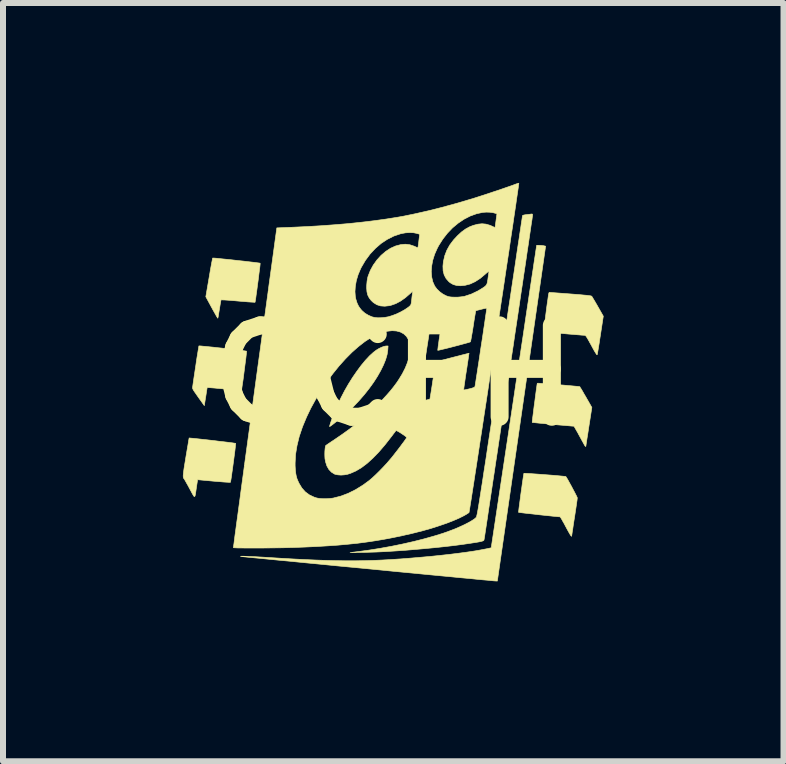
<source format=kicad_pcb>
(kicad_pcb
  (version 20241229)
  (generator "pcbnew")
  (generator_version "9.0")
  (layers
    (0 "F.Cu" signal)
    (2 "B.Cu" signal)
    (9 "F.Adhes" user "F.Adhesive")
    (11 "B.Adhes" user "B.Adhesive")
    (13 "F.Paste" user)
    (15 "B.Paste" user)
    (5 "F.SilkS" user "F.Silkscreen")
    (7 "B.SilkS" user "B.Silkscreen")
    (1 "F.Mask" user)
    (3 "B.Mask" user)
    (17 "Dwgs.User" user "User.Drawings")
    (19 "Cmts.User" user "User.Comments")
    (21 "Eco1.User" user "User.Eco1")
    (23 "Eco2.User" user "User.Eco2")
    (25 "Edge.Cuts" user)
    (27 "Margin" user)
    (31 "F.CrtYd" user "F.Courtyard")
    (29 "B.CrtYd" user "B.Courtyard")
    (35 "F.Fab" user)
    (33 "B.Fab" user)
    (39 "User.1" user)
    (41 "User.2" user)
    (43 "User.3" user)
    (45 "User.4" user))
  (footprint "CCEH"
    (layer "F.Cu")
    (at 3.503 3.21)
    (property "Reference" "CCEH" (at 0 0 0) (layer "F.SilkS") (effects (font (size 1.524 1.524) (thickness 0.3))))
    (attr through_hole)
    (fp_poly (pts (xy -0.087 -0.421) (xy -0.098 -0.348) (xy -0.122 -0.265) (xy -0.158 -0.176) (xy -0.204 -0.082) (xy -0.26 0.017) (xy -0.325 0.118) (xy -0.398 0.219) (xy -0.478 0.32) (xy -0.564 0.419) (xy -0.654 0.514) (xy -0.692 0.551) (xy -0.725 0.582) (xy -0.764 0.616) (xy -0.806 0.653) (xy -0.851 0.691) (xy -0.895 0.728) (xy -0.937 0.763) (xy -0.976 0.795) (xy -1.009 0.821) (xy -1.035 0.84) (xy -1.052 0.851) (xy -1.058 0.853) (xy -1.058 0.853) (xy -1.055 0.838) (xy -1.047 0.811) (xy -1.035 0.774) (xy -1.02 0.73) (xy -1.002 0.683) (xy -0.984 0.634) (xy -0.976 0.614) (xy -0.926 0.495) (xy -0.869 0.376) (xy -0.808 0.258) (xy -0.742 0.143) (xy -0.673 0.033) (xy -0.602 -0.07) (xy -0.531 -0.166) (xy -0.46 -0.252) (xy -0.391 -0.326) (xy -0.324 -0.387) (xy -0.275 -0.424) (xy -0.233 -0.449) (xy -0.189 -0.47) (xy -0.148 -0.485) (xy -0.114 -0.491) (xy -0.111 -0.491) (xy -0.082 -0.491) (xy -0.087 -0.421)) (stroke (width 0.01) (type solid)) (fill yes) (layer "F.SilkS"))
    (fp_poly (pts (xy 2.953 -1.359) (xy 3.044 -1.352) (xy 3.12 -1.346) (xy 3.181 -1.34) (xy 3.229 -1.336) (xy 3.265 -1.331) (xy 3.29 -1.328) (xy 3.306 -1.324) (xy 3.313 -1.321) (xy 3.314 -1.32) (xy 3.321 -1.31) (xy 3.335 -1.286) (xy 3.355 -1.253) (xy 3.379 -1.212) (xy 3.406 -1.166) (xy 3.416 -1.148) (xy 3.507 -0.988) (xy 3.459 -0.674) (xy 3.448 -0.603) (xy 3.438 -0.536) (xy 3.428 -0.476) (xy 3.42 -0.426) (xy 3.413 -0.386) (xy 3.408 -0.358) (xy 3.405 -0.345) (xy 3.405 -0.345) (xy 3.401 -0.344) (xy 3.392 -0.354) (xy 3.378 -0.376) (xy 3.357 -0.41) (xy 3.331 -0.457) (xy 3.308 -0.5) (xy 3.278 -0.554) (xy 3.255 -0.596) (xy 3.237 -0.626) (xy 3.224 -0.647) (xy 3.214 -0.659) (xy 3.205 -0.666) (xy 3.197 -0.669) (xy 3.193 -0.669) (xy 3.174 -0.67) (xy 3.142 -0.672) (xy 3.099 -0.676) (xy 3.046 -0.68) (xy 2.988 -0.685) (xy 2.924 -0.69) (xy 2.859 -0.696) (xy 2.793 -0.702) (xy 2.73 -0.708) (xy 2.671 -0.714) (xy 2.618 -0.719) (xy 2.575 -0.724) (xy 2.542 -0.728) (xy 2.522 -0.73) (xy 2.517 -0.731) (xy 2.517 -0.74) (xy 2.519 -0.764) (xy 2.523 -0.8) (xy 2.528 -0.846) (xy 2.534 -0.9) (xy 2.541 -0.959) (xy 2.549 -1.022) (xy 2.557 -1.085) (xy 2.565 -1.148) (xy 2.573 -1.206) (xy 2.581 -1.259) (xy 2.587 -1.304) (xy 2.592 -1.339) (xy 2.596 -1.362) (xy 2.598 -1.368) (xy 2.604 -1.385) (xy 2.953 -1.359)) (stroke (width 0.01) (type solid)) (fill yes) (layer "F.SilkS"))
    (fp_poly (pts (xy -2.974 -1.956) (xy -2.937 -1.953) (xy -2.89 -1.948) (xy -2.834 -1.942) (xy -2.771 -1.936) (xy -2.703 -1.929) (xy -2.633 -1.921) (xy -2.562 -1.913) (xy -2.493 -1.906) (xy -2.427 -1.898) (xy -2.366 -1.891) (xy -2.313 -1.885) (xy -2.269 -1.879) (xy -2.237 -1.875) (xy -2.219 -1.872) (xy -2.215 -1.87) (xy -2.215 -1.862) (xy -2.217 -1.838) (xy -2.221 -1.802) (xy -2.227 -1.756) (xy -2.234 -1.703) (xy -2.241 -1.643) (xy -2.249 -1.58) (xy -2.258 -1.516) (xy -2.266 -1.453) (xy -2.274 -1.393) (xy -2.282 -1.339) (xy -2.288 -1.292) (xy -2.294 -1.255) (xy -2.298 -1.23) (xy -2.3 -1.22) (xy -2.3 -1.22) (xy -2.309 -1.219) (xy -2.333 -1.221) (xy -2.37 -1.223) (xy -2.417 -1.226) (xy -2.474 -1.231) (xy -2.537 -1.236) (xy -2.583 -1.24) (xy -2.65 -1.246) (xy -2.711 -1.251) (xy -2.765 -1.255) (xy -2.81 -1.258) (xy -2.843 -1.259) (xy -2.862 -1.26) (xy -2.867 -1.259) (xy -2.869 -1.25) (xy -2.874 -1.227) (xy -2.88 -1.192) (xy -2.887 -1.149) (xy -2.894 -1.106) (xy -2.902 -1.058) (xy -2.909 -1.016) (xy -2.914 -0.983) (xy -2.919 -0.961) (xy -2.921 -0.954) (xy -2.926 -0.96) (xy -2.938 -0.979) (xy -2.955 -1.009) (xy -2.977 -1.048) (xy -3.003 -1.094) (xy -3.023 -1.131) (xy -3.121 -1.312) (xy -3.066 -1.632) (xy -3.054 -1.703) (xy -3.043 -1.77) (xy -3.032 -1.829) (xy -3.023 -1.879) (xy -3.015 -1.918) (xy -3.01 -1.945) (xy -3.007 -1.957) (xy -3.007 -1.957) (xy -2.998 -1.957) (xy -2.974 -1.956)) (stroke (width 0.01) (type solid)) (fill yes) (layer "F.SilkS"))
    (fp_poly (pts (xy -3.202 -0.491) (xy -3.166 -0.487) (xy -3.118 -0.483) (xy -3.062 -0.477) (xy -2.999 -0.471) (xy -2.931 -0.463) (xy -2.861 -0.456) (xy -2.79 -0.448) (xy -2.721 -0.44) (xy -2.654 -0.432) (xy -2.594 -0.425) (xy -2.541 -0.419) (xy -2.497 -0.413) (xy -2.464 -0.408) (xy -2.446 -0.405) (xy -2.442 -0.404) (xy -2.442 -0.395) (xy -2.444 -0.372) (xy -2.448 -0.336) (xy -2.453 -0.29) (xy -2.46 -0.236) (xy -2.468 -0.176) (xy -2.476 -0.114) (xy -2.484 -0.05) (xy -2.492 0.013) (xy -2.5 0.073) (xy -2.508 0.127) (xy -2.515 0.174) (xy -2.52 0.21) (xy -2.524 0.235) (xy -2.527 0.244) (xy -2.536 0.245) (xy -2.559 0.245) (xy -2.595 0.243) (xy -2.641 0.24) (xy -2.694 0.236) (xy -2.741 0.232) (xy -2.803 0.226) (xy -2.865 0.221) (xy -2.922 0.216) (xy -2.971 0.211) (xy -3.009 0.208) (xy -3.024 0.207) (xy -3.098 0.201) (xy -3.103 0.23) (xy -3.106 0.248) (xy -3.111 0.28) (xy -3.117 0.32) (xy -3.124 0.365) (xy -3.127 0.381) (xy -3.146 0.504) (xy -3.246 0.364) (xy -3.279 0.317) (xy -3.304 0.281) (xy -3.322 0.255) (xy -3.333 0.235) (xy -3.34 0.221) (xy -3.342 0.208) (xy -3.342 0.197) (xy -3.34 0.186) (xy -3.331 0.122) (xy -3.321 0.053) (xy -3.31 -0.02) (xy -3.299 -0.093) (xy -3.288 -0.166) (xy -3.278 -0.236) (xy -3.268 -0.301) (xy -3.258 -0.36) (xy -3.25 -0.411) (xy -3.243 -0.45) (xy -3.239 -0.478) (xy -3.236 -0.491) (xy -3.235 -0.492) (xy -3.226 -0.492) (xy -3.202 -0.491)) (stroke (width 0.01) (type solid)) (fill yes) (layer "F.SilkS"))
    (fp_poly (pts (xy -3.391 1.044) (xy -3.367 1.046) (xy -3.331 1.049) (xy -3.284 1.054) (xy -3.229 1.06) (xy -3.167 1.067) (xy -3.1 1.074) (xy -3.031 1.082) (xy -2.961 1.09) (xy -2.892 1.099) (xy -2.827 1.106) (xy -2.768 1.113) (xy -2.716 1.12) (xy -2.674 1.125) (xy -2.643 1.13) (xy -2.626 1.132) (xy -2.624 1.133) (xy -2.624 1.142) (xy -2.626 1.166) (xy -2.63 1.202) (xy -2.635 1.248) (xy -2.642 1.302) (xy -2.65 1.362) (xy -2.658 1.425) (xy -2.667 1.489) (xy -2.675 1.552) (xy -2.684 1.612) (xy -2.691 1.666) (xy -2.698 1.712) (xy -2.704 1.749) (xy -2.709 1.773) (xy -2.711 1.783) (xy -2.711 1.783) (xy -2.721 1.783) (xy -2.745 1.782) (xy -2.782 1.78) (xy -2.829 1.777) (xy -2.886 1.772) (xy -2.949 1.767) (xy -2.987 1.764) (xy -3.258 1.739) (xy -3.277 1.862) (xy -3.286 1.926) (xy -3.293 1.973) (xy -3.299 2.004) (xy -3.306 2.019) (xy -3.315 2.02) (xy -3.327 2.005) (xy -3.344 1.976) (xy -3.367 1.933) (xy -3.39 1.89) (xy -3.415 1.843) (xy -3.439 1.801) (xy -3.459 1.765) (xy -3.473 1.74) (xy -3.482 1.726) (xy -3.483 1.725) (xy -3.49 1.717) (xy -3.494 1.707) (xy -3.497 1.693) (xy -3.498 1.673) (xy -3.496 1.646) (xy -3.492 1.61) (xy -3.486 1.564) (xy -3.477 1.506) (xy -3.465 1.434) (xy -3.453 1.359) (xy -3.441 1.288) (xy -3.43 1.223) (xy -3.42 1.165) (xy -3.412 1.117) (xy -3.406 1.079) (xy -3.401 1.054) (xy -3.399 1.044) (xy -3.399 1.043) (xy -3.391 1.044)) (stroke (width 0.01) (type solid)) (fill yes) (layer "F.SilkS"))
    (fp_poly (pts (xy 2.44 0.131) (xy 2.476 0.134) (xy 2.522 0.137) (xy 2.577 0.141) (xy 2.638 0.145) (xy 2.703 0.15) (xy 2.77 0.156) (xy 2.837 0.161) (xy 2.901 0.167) (xy 2.96 0.172) (xy 3.013 0.177) (xy 3.057 0.181) (xy 3.09 0.184) (xy 3.11 0.187) (xy 3.116 0.188) (xy 3.121 0.2) (xy 3.125 0.206) (xy 3.132 0.216) (xy 3.146 0.238) (xy 3.165 0.271) (xy 3.188 0.312) (xy 3.215 0.357) (xy 3.225 0.375) (xy 3.316 0.534) (xy 3.267 0.849) (xy 3.256 0.921) (xy 3.246 0.987) (xy 3.236 1.047) (xy 3.228 1.099) (xy 3.222 1.139) (xy 3.218 1.167) (xy 3.216 1.181) (xy 3.216 1.181) (xy 3.212 1.186) (xy 3.203 1.177) (xy 3.189 1.155) (xy 3.183 1.143) (xy 3.168 1.116) (xy 3.147 1.078) (xy 3.123 1.034) (xy 3.097 0.987) (xy 3.087 0.967) (xy 3.064 0.927) (xy 3.044 0.892) (xy 3.029 0.866) (xy 3.019 0.85) (xy 3.016 0.847) (xy 3.001 0.846) (xy 2.972 0.844) (xy 2.932 0.84) (xy 2.882 0.836) (xy 2.825 0.831) (xy 2.763 0.826) (xy 2.697 0.82) (xy 2.631 0.814) (xy 2.566 0.808) (xy 2.504 0.802) (xy 2.448 0.797) (xy 2.399 0.792) (xy 2.361 0.788) (xy 2.334 0.785) (xy 2.322 0.784) (xy 2.322 0.784) (xy 2.322 0.775) (xy 2.324 0.751) (xy 2.328 0.716) (xy 2.334 0.67) (xy 2.341 0.616) (xy 2.348 0.557) (xy 2.356 0.494) (xy 2.365 0.43) (xy 2.373 0.366) (xy 2.381 0.306) (xy 2.388 0.252) (xy 2.395 0.205) (xy 2.4 0.167) (xy 2.404 0.142) (xy 2.407 0.131) (xy 2.407 0.131) (xy 2.416 0.13) (xy 2.44 0.131)) (stroke (width 0.01) (type solid)) (fill yes) (layer "F.SilkS"))
    (fp_poly (pts (xy 2.216 1.633) (xy 2.252 1.635) (xy 2.299 1.638) (xy 2.354 1.642) (xy 2.415 1.646) (xy 2.48 1.651) (xy 2.546 1.656) (xy 2.612 1.661) (xy 2.676 1.666) (xy 2.735 1.671) (xy 2.786 1.676) (xy 2.829 1.68) (xy 2.861 1.683) (xy 2.879 1.685) (xy 2.882 1.686) (xy 2.893 1.703) (xy 2.91 1.73) (xy 2.93 1.766) (xy 2.953 1.808) (xy 2.978 1.853) (xy 3.002 1.899) (xy 3.025 1.942) (xy 3.045 1.981) (xy 3.061 2.012) (xy 3.071 2.034) (xy 3.073 2.042) (xy 3.072 2.055) (xy 3.069 2.083) (xy 3.063 2.123) (xy 3.056 2.174) (xy 3.047 2.233) (xy 3.037 2.3) (xy 3.027 2.365) (xy 3.016 2.434) (xy 3.006 2.499) (xy 2.998 2.556) (xy 2.99 2.604) (xy 2.985 2.641) (xy 2.981 2.666) (xy 2.98 2.675) (xy 2.979 2.682) (xy 2.974 2.681) (xy 2.965 2.671) (xy 2.951 2.649) (xy 2.932 2.616) (xy 2.906 2.569) (xy 2.879 2.519) (xy 2.854 2.471) (xy 2.83 2.43) (xy 2.811 2.395) (xy 2.796 2.371) (xy 2.787 2.359) (xy 2.786 2.358) (xy 2.777 2.358) (xy 2.753 2.356) (xy 2.717 2.352) (xy 2.67 2.348) (xy 2.615 2.342) (xy 2.555 2.336) (xy 2.49 2.329) (xy 2.424 2.322) (xy 2.358 2.314) (xy 2.295 2.307) (xy 2.237 2.301) (xy 2.186 2.295) (xy 2.144 2.29) (xy 2.114 2.286) (xy 2.097 2.284) (xy 2.094 2.283) (xy 2.094 2.274) (xy 2.097 2.251) (xy 2.101 2.215) (xy 2.107 2.169) (xy 2.114 2.116) (xy 2.122 2.056) (xy 2.13 1.993) (xy 2.139 1.929) (xy 2.148 1.866) (xy 2.156 1.806) (xy 2.164 1.752) (xy 2.171 1.705) (xy 2.177 1.668) (xy 2.181 1.643) (xy 2.183 1.633) (xy 2.183 1.632) (xy 2.192 1.632) (xy 2.216 1.633)) (stroke (width 0.01) (type solid)) (fill yes) (layer "F.SilkS"))
    (fp_poly (pts (xy 2.45 -2.169) (xy 2.48 -2.167) (xy 2.506 -2.164) (xy 2.523 -2.16) (xy 2.545 -2.155) (xy 2.143 0.637) (xy 1.74 3.429) (xy 1.71 3.428) (xy 1.699 3.427) (xy 1.672 3.425) (xy 1.63 3.421) (xy 1.573 3.415) (xy 1.501 3.409) (xy 1.417 3.401) (xy 1.32 3.391) (xy 1.212 3.381) (xy 1.092 3.37) (xy 0.962 3.357) (xy 0.823 3.344) (xy 0.675 3.33) (xy 0.518 3.315) (xy 0.355 3.299) (xy 0.184 3.283) (xy 0.008 3.266) (xy -0.173 3.248) (xy -0.359 3.23) (xy -0.411 3.225) (xy -0.598 3.207) (xy -0.78 3.19) (xy -0.958 3.173) (xy -1.13 3.156) (xy -1.295 3.14) (xy -1.453 3.125) (xy -1.604 3.11) (xy -1.745 3.096) (xy -1.877 3.084) (xy -2 3.072) (xy -2.111 3.061) (xy -2.211 3.051) (xy -2.298 3.043) (xy -2.373 3.036) (xy -2.433 3.03) (xy -2.48 3.025) (xy -2.511 3.022) (xy -2.526 3.02) (xy -2.527 3.02) (xy -2.542 3.018) (xy -2.542 3.016) (xy -2.527 3.015) (xy -2.5 3.015) (xy -2.462 3.016) (xy -2.415 3.018) (xy -2.359 3.02) (xy -2.297 3.023) (xy -2.23 3.027) (xy -2.159 3.031) (xy -2.095 3.035) (xy -1.87 3.049) (xy -1.66 3.061) (xy -1.464 3.071) (xy -1.28 3.079) (xy -1.106 3.085) (xy -0.941 3.089) (xy -0.783 3.091) (xy -0.63 3.091) (xy -0.481 3.089) (xy -0.335 3.085) (xy -0.19 3.079) (xy -0.043 3.071) (xy 0.106 3.061) (xy 0.114 3.061) (xy 0.292 3.047) (xy 0.466 3.032) (xy 0.634 3.017) (xy 0.797 3) (xy 0.951 2.983) (xy 1.096 2.965) (xy 1.231 2.947) (xy 1.353 2.929) (xy 1.462 2.91) (xy 1.556 2.892) (xy 1.592 2.885) (xy 1.638 2.874) (xy 2.017 0.355) (xy 2.047 0.151) (xy 2.077 -0.049) (xy 2.107 -0.244) (xy 2.135 -0.433) (xy 2.163 -0.616) (xy 2.189 -0.792) (xy 2.214 -0.961) (xy 2.238 -1.121) (xy 2.261 -1.273) (xy 2.282 -1.415) (xy 2.302 -1.546) (xy 2.32 -1.667) (xy 2.337 -1.777) (xy 2.351 -1.874) (xy 2.364 -1.959) (xy 2.375 -2.03) (xy 2.383 -2.087) (xy 2.39 -2.13) (xy 2.394 -2.157) (xy 2.395 -2.168) (xy 2.395 -2.168) (xy 2.403 -2.17) (xy 2.423 -2.17) (xy 2.45 -2.169)) (stroke (width 0.01) (type solid)) (fill yes) (layer "F.SilkS"))
    (fp_poly (pts (xy 2.325 -2.689) (xy 2.328 -2.68) (xy 2.328 -2.676) (xy 2.327 -2.666) (xy 2.323 -2.641) (xy 2.318 -2.6) (xy 2.309 -2.545) (xy 2.299 -2.476) (xy 2.287 -2.394) (xy 2.273 -2.3) (xy 2.258 -2.195) (xy 2.24 -2.079) (xy 2.222 -1.953) (xy 2.202 -1.818) (xy 2.18 -1.675) (xy 2.158 -1.524) (xy 2.134 -1.367) (xy 2.11 -1.203) (xy 2.085 -1.034) (xy 2.059 -0.861) (xy 2.032 -0.683) (xy 2.006 -0.503) (xy 1.978 -0.321) (xy 1.951 -0.137) (xy 1.923 0.048) (xy 1.896 0.232) (xy 1.868 0.416) (xy 1.841 0.598) (xy 1.814 0.778) (xy 1.788 0.954) (xy 1.762 1.127) (xy 1.737 1.295) (xy 1.712 1.458) (xy 1.689 1.614) (xy 1.666 1.763) (xy 1.645 1.905) (xy 1.625 2.038) (xy 1.606 2.162) (xy 1.589 2.276) (xy 1.574 2.38) (xy 1.56 2.471) (xy 1.548 2.551) (xy 1.538 2.617) (xy 1.53 2.67) (xy 1.524 2.707) (xy 1.52 2.73) (xy 1.519 2.736) (xy 1.517 2.745) (xy 1.512 2.752) (xy 1.502 2.758) (xy 1.486 2.764) (xy 1.463 2.77) (xy 1.428 2.777) (xy 1.382 2.785) (xy 1.322 2.794) (xy 1.291 2.799) (xy 1.16 2.818) (xy 1.015 2.837) (xy 0.86 2.855) (xy 0.698 2.872) (xy 0.53 2.888) (xy 0.361 2.903) (xy 0.193 2.917) (xy 0.029 2.928) (xy -0.129 2.938) (xy -0.277 2.945) (xy -0.412 2.949) (xy -0.474 2.951) (xy -0.715 2.954) (xy -0.584 2.938) (xy -0.399 2.913) (xy -0.211 2.883) (xy -0.023 2.849) (xy 0.162 2.811) (xy 0.343 2.77) (xy 0.517 2.726) (xy 0.681 2.68) (xy 0.833 2.633) (xy 0.953 2.59) (xy 1.037 2.558) (xy 1.117 2.523) (xy 1.191 2.489) (xy 1.257 2.455) (xy 1.313 2.423) (xy 1.357 2.394) (xy 1.387 2.368) (xy 1.387 2.368) (xy 1.389 2.365) (xy 1.391 2.361) (xy 1.394 2.354) (xy 1.396 2.344) (xy 1.399 2.331) (xy 1.403 2.314) (xy 1.407 2.293) (xy 1.412 2.266) (xy 1.418 2.234) (xy 1.425 2.195) (xy 1.432 2.15) (xy 1.441 2.098) (xy 1.45 2.037) (xy 1.461 1.968) (xy 1.473 1.89) (xy 1.487 1.803) (xy 1.502 1.705) (xy 1.518 1.597) (xy 1.537 1.477) (xy 1.557 1.346) (xy 1.578 1.202) (xy 1.602 1.045) (xy 1.628 0.875) (xy 1.656 0.691) (xy 1.686 0.492) (xy 1.718 0.278) (xy 1.752 0.048) (xy 1.783 -0.153) (xy 1.813 -0.356) (xy 1.843 -0.555) (xy 1.873 -0.75) (xy 1.901 -0.939) (xy 1.928 -1.121) (xy 1.955 -1.297) (xy 1.98 -1.465) (xy 2.004 -1.624) (xy 2.027 -1.775) (xy 2.048 -1.917) (xy 2.067 -2.048) (xy 2.085 -2.168) (xy 2.102 -2.277) (xy 2.116 -2.374) (xy 2.129 -2.458) (xy 2.139 -2.528) (xy 2.148 -2.585) (xy 2.154 -2.626) (xy 2.158 -2.653) (xy 2.159 -2.663) (xy 2.159 -2.663) (xy 2.167 -2.67) (xy 2.19 -2.676) (xy 2.208 -2.679) (xy 2.243 -2.683) (xy 2.277 -2.687) (xy 2.292 -2.689) (xy 2.315 -2.692) (xy 2.325 -2.689)) (stroke (width 0.01) (type solid)) (fill yes) (layer "F.SilkS"))
    (fp_poly (pts (xy 2.098 -3.205) (xy 2.098 -3.196) (xy 2.094 -3.171) (xy 2.089 -3.131) (xy 2.081 -3.077) (xy 2.071 -3.009) (xy 2.059 -2.928) (xy 2.046 -2.834) (xy 2.03 -2.729) (xy 2.013 -2.614) (xy 1.995 -2.489) (xy 1.974 -2.354) (xy 1.953 -2.211) (xy 1.931 -2.06) (xy 1.907 -1.903) (xy 1.882 -1.739) (xy 1.857 -1.57) (xy 1.831 -1.396) (xy 1.804 -1.219) (xy 1.777 -1.038) (xy 1.749 -0.855) (xy 1.721 -0.67) (xy 1.693 -0.484) (xy 1.665 -0.298) (xy 1.637 -0.113) (xy 1.609 0.07) (xy 1.582 0.252) (xy 1.555 0.43) (xy 1.528 0.605) (xy 1.502 0.776) (xy 1.477 0.941) (xy 1.452 1.101) (xy 1.429 1.253) (xy 1.407 1.398) (xy 1.386 1.535) (xy 1.366 1.663) (xy 1.348 1.782) (xy 1.331 1.89) (xy 1.316 1.986) (xy 1.303 2.071) (xy 1.291 2.143) (xy 1.282 2.201) (xy 1.275 2.245) (xy 1.27 2.274) (xy 1.267 2.288) (xy 1.267 2.288) (xy 1.196 2.332) (xy 1.11 2.376) (xy 1.009 2.42) (xy 0.896 2.464) (xy 0.771 2.507) (xy 0.637 2.55) (xy 0.495 2.59) (xy 0.345 2.628) (xy 0.309 2.637) (xy 0.153 2.672) (xy 0.002 2.704) (xy -0.146 2.732) (xy -0.294 2.757) (xy -0.442 2.779) (xy -0.594 2.799) (xy -0.751 2.815) (xy -0.915 2.83) (xy -1.087 2.842) (xy -1.271 2.853) (xy -1.467 2.862) (xy -1.678 2.87) (xy -1.698 2.87) (xy -1.764 2.872) (xy -1.837 2.874) (xy -1.916 2.875) (xy -1.998 2.876) (xy -2.082 2.877) (xy -2.167 2.878) (xy -2.25 2.878) (xy -2.33 2.878) (xy -2.406 2.878) (xy -2.474 2.878) (xy -2.535 2.877) (xy -2.586 2.877) (xy -2.624 2.875) (xy -2.65 2.874) (xy -2.661 2.872) (xy -2.661 2.872) (xy -2.66 2.863) (xy -2.657 2.838) (xy -2.651 2.797) (xy -2.644 2.741) (xy -2.635 2.669) (xy -2.623 2.583) (xy -2.61 2.483) (xy -2.594 2.369) (xy -2.577 2.242) (xy -2.558 2.103) (xy -2.538 1.951) (xy -2.516 1.787) (xy -2.492 1.611) (xy -2.472 1.461) (xy -1.632 1.461) (xy -1.632 1.507) (xy -1.628 1.575) (xy -1.622 1.63) (xy -1.613 1.678) (xy -1.6 1.724) (xy -1.58 1.771) (xy -1.565 1.802) (xy -1.519 1.878) (xy -1.462 1.942) (xy -1.393 1.993) (xy -1.314 2.03) (xy -1.27 2.044) (xy -1.226 2.052) (xy -1.171 2.056) (xy -1.11 2.056) (xy -1.049 2.052) (xy -0.994 2.045) (xy -0.992 2.044) (xy -0.87 2.013) (xy -0.746 1.966) (xy -0.622 1.904) (xy -0.498 1.827) (xy -0.397 1.753) (xy -0.346 1.71) (xy -0.288 1.656) (xy -0.226 1.595) (xy -0.163 1.53) (xy -0.102 1.464) (xy -0.048 1.401) (xy -0.018 1.366) (xy 0.015 1.324) (xy 0.05 1.279) (xy 0.086 1.233) (xy 0.121 1.187) (xy 0.153 1.143) (xy 0.182 1.105) (xy 0.205 1.072) (xy 0.221 1.049) (xy 0.228 1.036) (xy 0.229 1.035) (xy 0.222 1.027) (xy 0.204 1.012) (xy 0.179 0.994) (xy 0.149 0.974) (xy 0.119 0.954) (xy 0.09 0.937) (xy 0.067 0.925) (xy 0.053 0.919) (xy 0.051 0.92) (xy 0.043 0.929) (xy 0.028 0.949) (xy 0.006 0.977) (xy -0.019 1.011) (xy -0.027 1.021) (xy -0.133 1.157) (xy -0.236 1.277) (xy -0.336 1.38) (xy -0.432 1.467) (xy -0.526 1.538) (xy -0.618 1.593) (xy -0.707 1.632) (xy -0.756 1.648) (xy -0.811 1.658) (xy -0.867 1.662) (xy -0.92 1.658) (xy -0.964 1.649) (xy -0.975 1.645) (xy -1.026 1.613) (xy -1.069 1.568) (xy -1.102 1.51) (xy -1.124 1.442) (xy -1.134 1.389) (xy -1.136 1.352) (xy -1.137 1.311) (xy -1.136 1.268) (xy -1.133 1.229) (xy -1.129 1.197) (xy -1.124 1.175) (xy -1.12 1.168) (xy -1.111 1.162) (xy -1.091 1.148) (xy -1.06 1.127) (xy -1.023 1.102) (xy -0.982 1.075) (xy -0.846 0.982) (xy -0.722 0.893) (xy -0.607 0.804) (xy -0.498 0.713) (xy -0.391 0.616) (xy -0.282 0.512) (xy -0.262 0.492) (xy -0.204 0.433) (xy 0.432 0.433) (xy 0.434 0.437) (xy 0.44 0.439) (xy 0.454 0.437) (xy 0.477 0.431) (xy 0.514 0.422) (xy 0.528 0.418) (xy 0.563 0.409) (xy 0.592 0.402) (xy 0.611 0.396) (xy 0.616 0.395) (xy 0.617 0.386) (xy 0.621 0.363) (xy 0.627 0.327) (xy 0.635 0.279) (xy 0.644 0.222) (xy 0.654 0.158) (xy 0.664 0.088) (xy 0.665 0.084) (xy 0.676 0.014) (xy 0.686 -0.05) (xy 0.695 -0.108) (xy 0.702 -0.156) (xy 0.708 -0.192) (xy 0.712 -0.216) (xy 0.714 -0.226) (xy 0.714 -0.226) (xy 0.722 -0.228) (xy 0.745 -0.234) (xy 0.779 -0.243) (xy 0.822 -0.255) (xy 0.873 -0.268) (xy 0.928 -0.283) (xy 0.986 -0.298) (xy 1.044 -0.313) (xy 1.1 -0.327) (xy 1.152 -0.341) (xy 1.197 -0.352) (xy 1.232 -0.361) (xy 1.256 -0.367) (xy 1.267 -0.369) (xy 1.267 -0.37) (xy 1.266 -0.361) (xy 1.263 -0.338) (xy 1.258 -0.302) (xy 1.251 -0.254) (xy 1.242 -0.198) (xy 1.233 -0.134) (xy 1.222 -0.065) (xy 1.211 0.005) (xy 1.202 0.069) (xy 1.194 0.126) (xy 1.187 0.173) (xy 1.182 0.21) (xy 1.18 0.234) (xy 1.179 0.242) (xy 1.189 0.242) (xy 1.211 0.238) (xy 1.242 0.231) (xy 1.273 0.224) (xy 1.314 0.213) (xy 1.341 0.204) (xy 1.357 0.197) (xy 1.365 0.189) (xy 1.367 0.183) (xy 1.37 0.169) (xy 1.374 0.141) (xy 1.381 0.099) (xy 1.389 0.046) (xy 1.399 -0.017) (xy 1.41 -0.089) (xy 1.422 -0.167) (xy 1.435 -0.251) (xy 1.448 -0.339) (xy 1.461 -0.429) (xy 1.475 -0.519) (xy 1.489 -0.609) (xy 1.502 -0.696) (xy 1.514 -0.78) (xy 1.526 -0.857) (xy 1.536 -0.928) (xy 1.545 -0.99) (xy 1.553 -1.043) (xy 1.559 -1.083) (xy 1.563 -1.11) (xy 1.564 -1.122) (xy 1.564 -1.123) (xy 1.555 -1.122) (xy 1.535 -1.117) (xy 1.506 -1.111) (xy 1.473 -1.103) (xy 1.439 -1.094) (xy 1.41 -1.087) (xy 1.389 -1.081) (xy 1.381 -1.078) (xy 1.378 -1.069) (xy 1.374 -1.045) (xy 1.368 -1.009) (xy 1.36 -0.963) (xy 1.351 -0.908) (xy 1.342 -0.846) (xy 1.338 -0.821) (xy 1.328 -0.757) (xy 1.318 -0.699) (xy 1.309 -0.648) (xy 1.302 -0.607) (xy 1.296 -0.577) (xy 1.292 -0.562) (xy 1.291 -0.56) (xy 1.281 -0.556) (xy 1.257 -0.548) (xy 1.221 -0.538) (xy 1.177 -0.526) (xy 1.126 -0.512) (xy 1.07 -0.497) (xy 1.012 -0.482) (xy 0.955 -0.467) (xy 0.9 -0.453) (xy 0.85 -0.441) (xy 0.807 -0.431) (xy 0.775 -0.423) (xy 0.754 -0.419) (xy 0.747 -0.418) (xy 0.747 -0.428) (xy 0.75 -0.452) (xy 0.754 -0.488) (xy 0.761 -0.535) (xy 0.768 -0.59) (xy 0.778 -0.651) (xy 0.781 -0.675) (xy 0.791 -0.738) (xy 0.8 -0.796) (xy 0.807 -0.845) (xy 0.813 -0.885) (xy 0.816 -0.913) (xy 0.818 -0.928) (xy 0.818 -0.929) (xy 0.81 -0.928) (xy 0.789 -0.923) (xy 0.76 -0.916) (xy 0.727 -0.907) (xy 0.693 -0.898) (xy 0.664 -0.89) (xy 0.642 -0.883) (xy 0.631 -0.879) (xy 0.631 -0.879) (xy 0.63 -0.871) (xy 0.626 -0.847) (xy 0.62 -0.809) (xy 0.612 -0.76) (xy 0.602 -0.7) (xy 0.592 -0.631) (xy 0.58 -0.554) (xy 0.567 -0.472) (xy 0.554 -0.385) (xy 0.54 -0.296) (xy 0.526 -0.205) (xy 0.512 -0.115) (xy 0.499 -0.027) (xy 0.486 0.058) (xy 0.474 0.138) (xy 0.463 0.211) (xy 0.453 0.276) (xy 0.445 0.331) (xy 0.439 0.375) (xy 0.434 0.407) (xy 0.432 0.423) (xy 0.432 0.426) (xy 0.432 0.433) (xy -0.204 0.433) (xy -0.177 0.406) (xy -0.105 0.328) (xy -0.042 0.256) (xy 0.014 0.186) (xy 0.065 0.117) (xy 0.095 0.072) (xy 0.155 -0.026) (xy 0.204 -0.122) (xy 0.242 -0.216) (xy 0.269 -0.306) (xy 0.284 -0.391) (xy 0.288 -0.468) (xy 0.279 -0.538) (xy 0.259 -0.596) (xy 0.224 -0.651) (xy 0.178 -0.694) (xy 0.122 -0.724) (xy 0.058 -0.741) (xy -0.014 -0.746) (xy -0.092 -0.737) (xy -0.176 -0.716) (xy -0.265 -0.682) (xy -0.357 -0.636) (xy -0.361 -0.634) (xy -0.467 -0.566) (xy -0.575 -0.482) (xy -0.684 -0.386) (xy -0.792 -0.277) (xy -0.899 -0.158) (xy -1.003 -0.029) (xy -1.103 0.107) (xy -1.198 0.248) (xy -1.287 0.395) (xy -1.369 0.544) (xy -1.441 0.694) (xy -1.504 0.845) (xy -1.511 0.863) (xy -1.564 1.02) (xy -1.601 1.173) (xy -1.625 1.32) (xy -1.632 1.461) (xy -2.472 1.461) (xy -2.467 1.425) (xy -2.44 1.228) (xy -2.412 1.021) (xy -2.382 0.804) (xy -2.352 0.579) (xy -2.32 0.344) (xy -2.287 0.101) (xy -2.253 -0.149) (xy -2.217 -0.408) (xy -2.181 -0.673) (xy -2.144 -0.944) (xy -2.106 -1.222) (xy -2.082 -1.397) (xy -0.634 -1.397) (xy -0.628 -1.312) (xy -0.619 -1.271) (xy -0.599 -1.207) (xy -0.573 -1.153) (xy -0.537 -1.103) (xy -0.513 -1.077) (xy -0.467 -1.037) (xy -0.41 -1.003) (xy -0.35 -0.977) (xy -0.305 -0.966) (xy -0.255 -0.961) (xy -0.196 -0.962) (xy -0.134 -0.968) (xy -0.077 -0.978) (xy -0.012 -0.998) (xy 0.059 -1.025) (xy 0.13 -1.059) (xy 0.196 -1.096) (xy 0.252 -1.134) (xy 0.271 -1.149) (xy 0.284 -1.161) (xy 0.294 -1.173) (xy 0.3 -1.186) (xy 0.305 -1.207) (xy 0.309 -1.237) (xy 0.313 -1.272) (xy 0.317 -1.312) (xy 0.322 -1.349) (xy 0.326 -1.376) (xy 0.328 -1.389) (xy 0.329 -1.398) (xy 0.324 -1.399) (xy 0.312 -1.39) (xy 0.291 -1.37) (xy 0.287 -1.366) (xy 0.205 -1.295) (xy 0.125 -1.239) (xy 0.046 -1.197) (xy -0.034 -1.169) (xy -0.059 -1.163) (xy -0.137 -1.154) (xy -0.207 -1.159) (xy -0.27 -1.179) (xy -0.327 -1.215) (xy -0.364 -1.25) (xy -0.397 -1.293) (xy -0.421 -1.34) (xy -0.434 -1.393) (xy -0.439 -1.456) (xy -0.438 -1.506) (xy -0.432 -1.574) (xy -0.421 -1.633) (xy -0.415 -1.655) (xy -0.385 -1.731) (xy 0.638 -1.731) (xy 0.645 -1.643) (xy 0.663 -1.563) (xy 0.695 -1.491) (xy 0.697 -1.488) (xy 0.732 -1.441) (xy 0.778 -1.396) (xy 0.831 -1.357) (xy 0.886 -1.328) (xy 0.929 -1.313) (xy 0.97 -1.307) (xy 1.022 -1.305) (xy 1.078 -1.305) (xy 1.133 -1.31) (xy 1.182 -1.317) (xy 1.196 -1.32) (xy 1.308 -1.357) (xy 1.416 -1.409) (xy 1.453 -1.431) (xy 1.495 -1.457) (xy 1.526 -1.478) (xy 1.547 -1.496) (xy 1.561 -1.514) (xy 1.57 -1.536) (xy 1.576 -1.566) (xy 1.583 -1.606) (xy 1.584 -1.618) (xy 1.59 -1.659) (xy 1.595 -1.694) (xy 1.599 -1.721) (xy 1.6 -1.734) (xy 1.6 -1.734) (xy 1.594 -1.734) (xy 1.579 -1.723) (xy 1.557 -1.705) (xy 1.539 -1.689) (xy 1.453 -1.617) (xy 1.369 -1.563) (xy 1.285 -1.524) (xy 1.2 -1.502) (xy 1.126 -1.495) (xy 1.06 -1.5) (xy 1.004 -1.516) (xy 0.954 -1.545) (xy 0.931 -1.564) (xy 0.886 -1.615) (xy 0.854 -1.675) (xy 0.836 -1.744) (xy 0.833 -1.823) (xy 0.841 -1.9) (xy 0.864 -1.998) (xy 0.899 -2.089) (xy 0.947 -2.175) (xy 1.01 -2.259) (xy 1.075 -2.329) (xy 1.143 -2.392) (xy 1.21 -2.441) (xy 1.278 -2.478) (xy 1.34 -2.502) (xy 1.416 -2.522) (xy 1.485 -2.529) (xy 1.55 -2.523) (xy 1.615 -2.504) (xy 1.648 -2.49) (xy 1.701 -2.465) (xy 1.706 -2.496) (xy 1.709 -2.518) (xy 1.714 -2.552) (xy 1.719 -2.591) (xy 1.722 -2.611) (xy 1.733 -2.694) (xy 1.712 -2.702) (xy 1.668 -2.714) (xy 1.615 -2.721) (xy 1.557 -2.723) (xy 1.502 -2.719) (xy 1.499 -2.719) (xy 1.393 -2.696) (xy 1.288 -2.658) (xy 1.185 -2.605) (xy 1.087 -2.539) (xy 0.993 -2.461) (xy 0.907 -2.371) (xy 0.83 -2.272) (xy 0.762 -2.165) (xy 0.738 -2.119) (xy 0.694 -2.02) (xy 0.663 -1.921) (xy 0.645 -1.824) (xy 0.638 -1.731) (xy -0.385 -1.731) (xy -0.378 -1.75) (xy -0.328 -1.841) (xy -0.267 -1.926) (xy -0.198 -2.002) (xy -0.122 -2.067) (xy -0.041 -2.12) (xy 0.043 -2.158) (xy 0.047 -2.159) (xy 0.129 -2.181) (xy 0.207 -2.188) (xy 0.281 -2.179) (xy 0.353 -2.155) (xy 0.362 -2.151) (xy 0.388 -2.139) (xy 0.408 -2.13) (xy 0.416 -2.128) (xy 0.416 -2.128) (xy 0.417 -2.136) (xy 0.42 -2.158) (xy 0.425 -2.191) (xy 0.43 -2.231) (xy 0.431 -2.242) (xy 0.445 -2.354) (xy 0.398 -2.368) (xy 0.344 -2.379) (xy 0.279 -2.382) (xy 0.211 -2.378) (xy 0.144 -2.366) (xy 0.127 -2.362) (xy 0.014 -2.324) (xy -0.095 -2.269) (xy -0.198 -2.201) (xy -0.294 -2.118) (xy -0.382 -2.024) (xy -0.461 -1.917) (xy -0.529 -1.801) (xy -0.543 -1.772) (xy -0.582 -1.679) (xy -0.611 -1.583) (xy -0.628 -1.488) (xy -0.634 -1.397) (xy -2.082 -1.397) (xy -2.068 -1.505) (xy -2.028 -1.794) (xy -1.988 -2.087) (xy -1.965 -2.257) (xy -1.937 -2.46) (xy -1.669 -2.471) (xy -1.432 -2.482) (xy -1.196 -2.496) (xy -0.964 -2.513) (xy -0.738 -2.532) (xy -0.52 -2.555) (xy -0.312 -2.58) (xy -0.116 -2.607) (xy 0.067 -2.636) (xy 0.169 -2.654) (xy 0.373 -2.696) (xy 0.589 -2.745) (xy 0.816 -2.802) (xy 1.05 -2.866) (xy 1.291 -2.937) (xy 1.308 -2.942) (xy 1.367 -2.96) (xy 1.435 -2.982) (xy 1.51 -3.006) (xy 1.589 -3.032) (xy 1.669 -3.059) (xy 1.749 -3.085) (xy 1.824 -3.111) (xy 1.893 -3.135) (xy 1.954 -3.156) (xy 2.002 -3.173) (xy 2.027 -3.183) (xy 2.058 -3.194) (xy 2.083 -3.202) (xy 2.096 -3.205) (xy 2.098 -3.205)) (stroke (width 0.01) (type solid)) (fill yes) (layer "F.SilkS")))
  (gr_rect
    (start -3 -3)
    (end 10.015 9.644)
    (stroke (width 0.1) (type default))
    (fill no)
    (layer "Edge.Cuts")))
</source>
